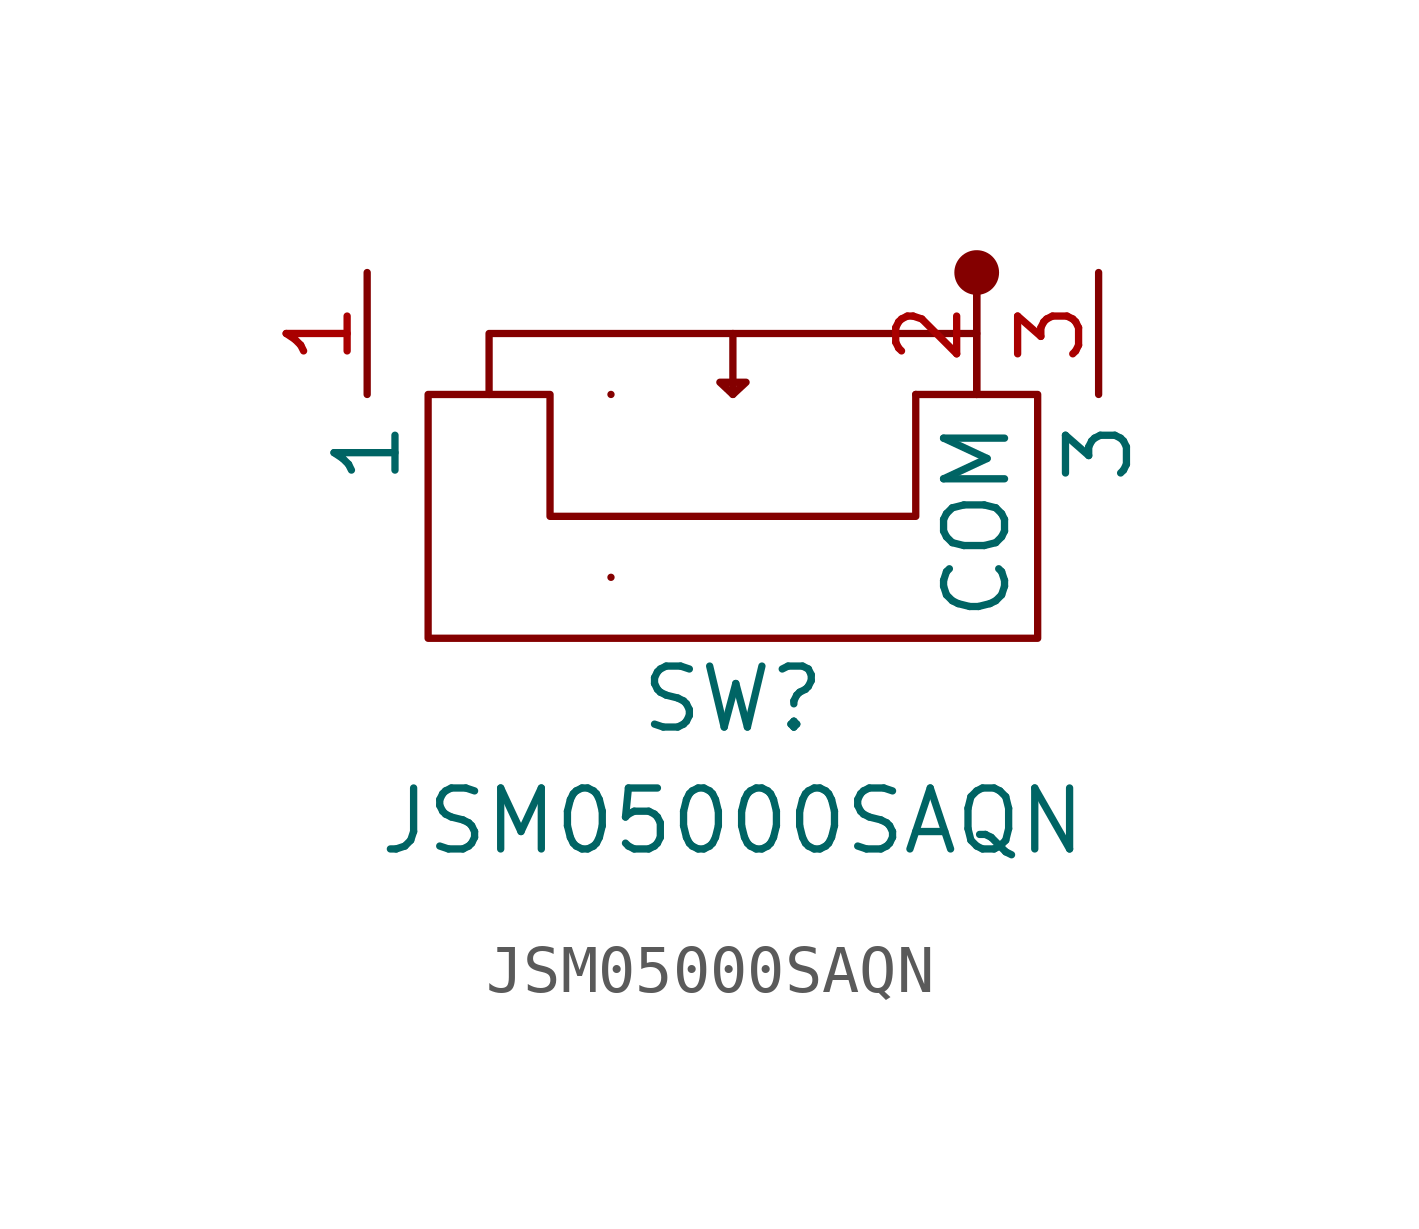
<source format=kicad_sym>
(kicad_symbol_lib
  (version 20220914)
  (generator kicad_symbol_editor)
  (symbol "JSM05000SAQN"
    (property "Reference" "SW"
      (at 0 -5.08 0)
      (effects (font (size 1.27 1.27))))
    (property "Value" "JSM05000SAQN"
      (at 0 -7.62 0)
      (effects (font (size 1.27 1.27))))
    (symbol "JSM05000SAQN_0_1"
      (rectangle (start -2.54 -2.54) (end -2.54 -2.54) (stroke (width 0) (type default)) (fill (type none)))
      (rectangle (start -2.54 1.27) (end -2.54 1.27) (stroke (width 0) (type default)) (fill (type none)))
      (polyline (pts (xy 5.08 2.54) (xy 5.08 3.81)) (stroke (width 0) (type default)) (fill (type none)))
      (polyline (pts (xy 0 2.54) (xy 5.08 2.54) (xy 5.08 1.27)) (stroke (width 0) (type default)) (fill (type none)))
      (polyline (pts (xy -5.08 1.27) (xy -5.08 2.54) (xy 0 2.54) (xy 0 1.27)) (stroke (width 0) (type default)) (fill (type none)))
      (polyline (pts (xy -3.81 -1.27) (xy -3.81 1.27) (xy -6.35 1.27) (xy -6.35 -3.81) (xy 6.35 -3.81) (xy 6.35 1.27) (xy 3.81 1.27) (xy 3.81 -1.27) (xy -3.81 -1.27)) (stroke (width 0) (type default)) (fill (type none)))
      (rectangle (start 3.81 1.27) (end 3.81 1.27) (stroke (width 0) (type default)) (fill (type none))))
    (symbol "JSM05000SAQN_1_1"
      (polyline (pts (xy 0 1.27) (xy 0.274 1.524) (xy -0.271 1.524) (xy 0 1.27)) (stroke (width 0) (type default)) (fill (type none)))
      (circle (center 5.08 3.81) (radius 0.39) (stroke (width 0) (type default)) (fill (type outline)))
      (pin input line (at -7.62 3.81 270) (length 2.54) (name "1" (effects (font (size 1.27 1.27)))) (number "1" (effects (font (size 1.27 1.27)))))
      (pin input line (at 5.08 3.81 270) (length 2.54) (name "COM" (effects (font (size 1.27 1.27)))) (number "2" (effects (font (size 1.27 1.27)))))
      (pin input line (at 7.62 3.81 270) (length 2.54) (name "3" (effects (font (size 1.27 1.27)))) (number "3" (effects (font (size 1.27 1.27))))))))
</source>
